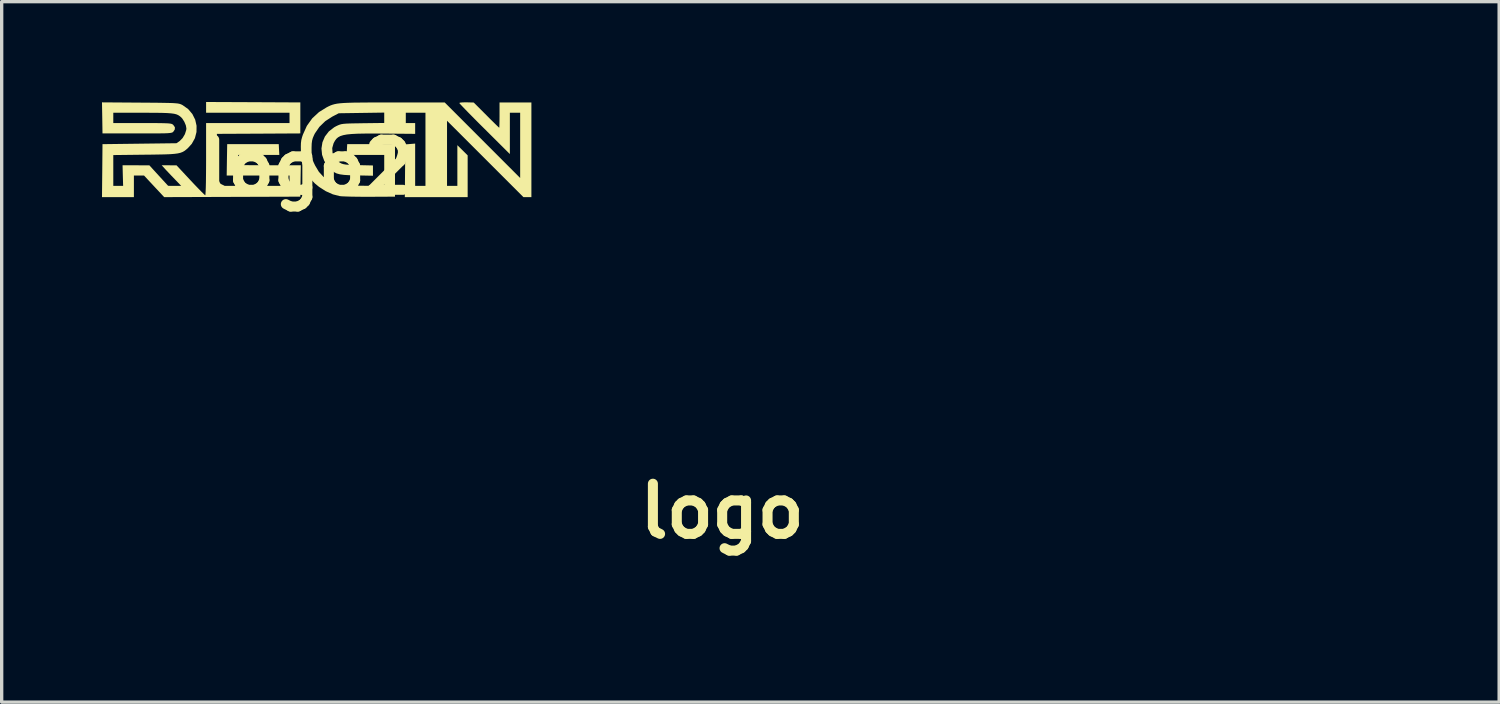
<source format=kicad_pcb>
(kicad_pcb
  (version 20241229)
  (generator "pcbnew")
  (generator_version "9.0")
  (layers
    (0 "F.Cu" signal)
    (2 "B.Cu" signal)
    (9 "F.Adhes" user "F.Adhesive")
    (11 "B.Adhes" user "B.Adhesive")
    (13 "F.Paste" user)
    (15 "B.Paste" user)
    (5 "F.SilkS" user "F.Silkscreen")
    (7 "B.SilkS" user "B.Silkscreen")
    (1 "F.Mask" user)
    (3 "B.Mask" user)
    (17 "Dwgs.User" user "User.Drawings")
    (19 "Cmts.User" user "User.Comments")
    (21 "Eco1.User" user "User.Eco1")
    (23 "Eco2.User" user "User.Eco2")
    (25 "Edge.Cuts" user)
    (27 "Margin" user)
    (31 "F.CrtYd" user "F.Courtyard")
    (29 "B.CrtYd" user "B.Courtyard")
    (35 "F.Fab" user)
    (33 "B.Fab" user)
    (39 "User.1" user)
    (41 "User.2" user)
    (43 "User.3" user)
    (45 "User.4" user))
  (footprint "logo"
    (layer "F.Cu")
    (at 18.546 12.237)
    (property "Reference" "logo" (at 0 0 0) (layer "F.SilkS") (effects (font (size 1.5 1.5) (thickness 0.3))))
    (attr board_only exclude_from_pos_files exclude_from_bom)
    (fp_poly (pts (xy -4.89 -5.865) (xy -0.635 -5.845) (xy -0.635 -4.444) (xy -0.635 -3.043) (xy -4.403 -3.024) (xy -8.17 -3.006) (xy -8.193 -0.656) (xy -8.215 1.693) (xy -4.912 1.693) (xy -1.609 1.693) (xy -1.609 1.228) (xy -1.609 0.762) (xy -4.447 0.762) (xy -7.285 0.762) (xy -7.262 -0.656) (xy -7.239 -2.074) (xy -4.911 -2.074) (xy -2.582 -2.074) (xy -2.557 -1.587) (xy -2.532 -1.101) (xy -4.39 -1.101) (xy -6.249 -1.101) (xy -6.278 -0.67) (xy -6.289 -0.418) (xy -6.283 -0.246) (xy -6.272 -0.205) (xy -6.182 -0.196) (xy -5.943 -0.188) (xy -5.574 -0.182) (xy -5.096 -0.176) (xy -4.528 -0.172) (xy -3.891 -0.17) (xy -3.413 -0.169) (xy -0.589 -0.169) (xy -0.612 1.249) (xy -0.635 2.667) (xy -6.781 2.689) (xy -12.927 2.71) (xy -13.837 1.736) (xy -14.747 0.762) (xy -15.205 0.762) (xy -15.663 0.762) (xy -15.663 1.736) (xy -15.663 2.709) (xy -17.104 2.709) (xy -18.545 2.709) (xy -18.522 0.318) (xy -18.5 -2.074) (xy -15.155 -2.117) (xy -11.811 -2.159) (xy -11.526 -2.362) (xy -11.265 -2.627) (xy -11.056 -2.981) (xy -10.938 -3.351) (xy -10.924 -3.496) (xy -10.976 -3.775) (xy -11.112 -4.097) (xy -11.295 -4.387) (xy -11.403 -4.505) (xy -11.531 -4.613) (xy -11.666 -4.7) (xy -11.826 -4.768) (xy -12.031 -4.82) (xy -12.299 -4.857) (xy -12.65 -4.883) (xy -13.102 -4.899) (xy -13.675 -4.907) (xy -14.388 -4.91) (xy -14.856 -4.911) (xy -17.526 -4.911) (xy -17.526 -4.445) (xy -17.526 -3.979) (xy -14.901 -3.979) (xy -14.164 -3.979) (xy -13.578 -3.977) (xy -13.123 -3.972) (xy -12.782 -3.963) (xy -12.535 -3.949) (xy -12.364 -3.929) (xy -12.25 -3.902) (xy -12.174 -3.866) (xy -12.118 -3.821) (xy -12.107 -3.81) (xy -11.961 -3.603) (xy -11.971 -3.404) (xy -12.086 -3.224) (xy -12.128 -3.177) (xy -12.181 -3.139) (xy -12.261 -3.109) (xy -12.386 -3.086) (xy -12.571 -3.069) (xy -12.835 -3.057) (xy -13.194 -3.05) (xy -13.665 -3.045) (xy -14.264 -3.043) (xy -15.008 -3.043) (xy -15.367 -3.043) (xy -18.5 -3.043) (xy -18.523 -4.447) (xy -18.546 -5.851) (xy -15.094 -5.825) (xy -14.239 -5.819) (xy -13.537 -5.812) (xy -12.969 -5.805) (xy -12.521 -5.797) (xy -12.174 -5.785) (xy -11.911 -5.77) (xy -11.716 -5.749) (xy -11.571 -5.723) (xy -11.46 -5.691) (xy -11.365 -5.65) (xy -11.27 -5.601) (xy -11.27 -5.601) (xy -10.766 -5.246) (xy -10.385 -4.799) (xy -10.13 -4.286) (xy -10.005 -3.735) (xy -10.012 -3.17) (xy -10.154 -2.617) (xy -10.436 -2.104) (xy -10.793 -1.713) (xy -10.958 -1.571) (xy -11.113 -1.456) (xy -11.277 -1.364) (xy -11.469 -1.292) (xy -11.707 -1.238) (xy -12.011 -1.198) (xy -12.399 -1.17) (xy -12.892 -1.15) (xy -13.506 -1.137) (xy -14.262 -1.127) (xy -14.668 -1.122) (xy -17.526 -1.09) (xy -17.526 0.301) (xy -17.526 1.693) (xy -17.081 1.694) (xy -16.637 1.694) (xy -16.663 0.762) (xy -16.69 -0.169) (xy -15.478 -0.166) (xy -14.266 -0.163) (xy -13.42 0.763) (xy -12.573 1.69) (xy -11.982 1.691) (xy -11.392 1.693) (xy -11.984 1.079) (xy -12.275 0.776) (xy -12.558 0.478) (xy -12.788 0.233) (xy -12.866 0.148) (xy -13.157 -0.169) (xy -12.484 -0.165) (xy -11.811 -0.161) (xy -10.552 1.19) (xy -10.18 1.585) (xy -9.845 1.934) (xy -9.565 2.22) (xy -9.356 2.425) (xy -9.237 2.53) (xy -9.218 2.54) (xy -9.202 2.458) (xy -9.186 2.225) (xy -9.173 1.857) (xy -9.161 1.373) (xy -9.152 0.79) (xy -9.146 0.125) (xy -9.144 -0.604) (xy -9.144 -0.72) (xy -9.144 -3.979) (xy -5.376 -3.979) (xy -1.609 -3.979) (xy -1.609 -4.445) (xy -1.609 -4.911) (xy -5.376 -4.911) (xy -9.144 -4.911) (xy -9.144 -5.397) (xy -9.144 -5.884)) (stroke (width 0) (type solid)) (fill yes) (layer "F.Mask"))
    (fp_poly (pts (xy 14.373 -5.852) (xy 15.028 -5.835) (xy 16.165 -4.696) (xy 16.521 -4.34) (xy 16.834 -4.03) (xy 17.085 -3.784) (xy 17.257 -3.62) (xy 17.328 -3.556) (xy 17.329 -3.556) (xy 17.339 -3.636) (xy 17.348 -3.854) (xy 17.354 -4.179) (xy 17.357 -4.582) (xy 17.357 -4.699) (xy 17.357 -5.842) (xy 18.796 -5.842) (xy 20.235 -5.842) (xy 20.235 -1.566) (xy 20.235 2.709) (xy 19.876 2.709) (xy 19.516 2.709) (xy 16.066 -0.74) (xy 12.615 -4.19) (xy 12.615 -1.248) (xy 12.615 1.693) (xy 13.081 1.693) (xy 13.547 1.693) (xy 13.547 -0.145) (xy 13.547 -1.984) (xy 14.012 -1.524) (xy 14.478 -1.064) (xy 14.478 0.823) (xy 14.478 2.709) (xy 11.64 2.709) (xy 8.803 2.709) (xy 8.825 0.328) (xy 8.848 -2.054) (xy 9.292 -2.09) (xy 9.737 -2.125) (xy 9.737 -0.216) (xy 9.737 1.693) (xy 10.202 1.693) (xy 10.668 1.693) (xy 10.668 -1.609) (xy 10.668 -4.911) (xy 9.779 -4.911) (xy 8.89 -4.911) (xy 8.89 -4.445) (xy 8.89 -3.979) (xy 9.313 -3.979) (xy 9.737 -3.979) (xy 9.737 -3.493) (xy 9.737 -3.006) (xy 6.97 -3.029) (xy 6.015 -3.035) (xy 5.214 -3.033) (xy 4.551 -3.02) (xy 4.011 -2.993) (xy 3.579 -2.95) (xy 3.239 -2.887) (xy 2.975 -2.801) (xy 2.773 -2.69) (xy 2.616 -2.551) (xy 2.49 -2.38) (xy 2.379 -2.175) (xy 2.37 -2.159) (xy 2.246 -1.722) (xy 2.276 -1.283) (xy 2.452 -0.874) (xy 2.761 -0.527) (xy 2.964 -0.386) (xy 3.098 -0.318) (xy 3.255 -0.268) (xy 3.466 -0.234) (xy 3.76 -0.21) (xy 4.169 -0.193) (xy 4.593 -0.182) (xy 5.927 -0.152) (xy 5.927 0.312) (xy 5.927 0.776) (xy 4.424 0.747) (xy 3.798 0.731) (xy 3.312 0.701) (xy 2.937 0.651) (xy 2.643 0.569) (xy 2.403 0.448) (xy 2.185 0.277) (xy 1.962 0.049) (xy 1.879 -0.043) (xy 1.528 -0.559) (xy 1.328 -1.114) (xy 1.274 -1.683) (xy 1.362 -2.242) (xy 1.586 -2.764) (xy 1.942 -3.226) (xy 2.424 -3.601) (xy 2.606 -3.699) (xy 2.765 -3.775) (xy 2.909 -3.834) (xy 3.062 -3.877) (xy 3.251 -3.908) (xy 3.501 -3.929) (xy 3.838 -3.943) (xy 4.287 -3.953) (xy 4.875 -3.962) (xy 5.016 -3.964) (xy 6.943 -3.991) (xy 6.943 -4.458) (xy 6.943 -4.926) (xy 4.889 -4.895) (xy 2.836 -4.865) (xy 2.243 -4.558) (xy 1.618 -4.151) (xy 1.087 -3.635) (xy 0.681 -3.042) (xy 0.608 -2.897) (xy 0.497 -2.636) (xy 0.428 -2.397) (xy 0.393 -2.122) (xy 0.382 -1.753) (xy 0.381 -1.604) (xy 0.385 -1.213) (xy 0.407 -0.931) (xy 0.461 -0.695) (xy 0.558 -0.446) (xy 0.7 -0.149) (xy 1.042 0.421) (xy 1.457 0.876) (xy 1.984 1.252) (xy 2.257 1.4) (xy 2.752 1.651) (xy 4.847 1.679) (xy 6.943 1.706) (xy 6.943 0.303) (xy 6.943 -1.101) (xy 5.245 -1.101) (xy 3.548 -1.101) (xy 3.573 -1.587) (xy 3.598 -2.074) (xy 5.757 -2.074) (xy 7.916 -2.074) (xy 7.916 0.296) (xy 7.916 2.667) (xy 5.673 2.679) (xy 5.042 2.679) (xy 4.44 2.674) (xy 3.896 2.664) (xy 3.439 2.65) (xy 3.098 2.632) (xy 2.924 2.616) (xy 2.308 2.458) (xy 1.671 2.173) (xy 1.065 1.79) (xy 0.696 1.485) (xy 0.356 1.137) (xy 0.084 0.77) (xy -0.17 0.314) (xy -0.191 0.272) (xy -0.349 -0.055) (xy -0.454 -0.307) (xy -0.517 -0.541) (xy -0.553 -0.808) (xy -0.572 -1.163) (xy -0.58 -1.395) (xy -0.589 -1.84) (xy -0.58 -2.17) (xy -0.545 -2.439) (xy -0.479 -2.7) (xy -0.402 -2.934) (xy -0.044 -3.726) (xy 0.44 -4.405) (xy 1.05 -4.971) (xy 1.736 -5.398) (xy 1.919 -5.489) (xy 2.089 -5.567) (xy 2.263 -5.633) (xy 2.454 -5.687) (xy 2.678 -5.731) (xy 2.949 -5.765) (xy 3.281 -5.792) (xy 3.691 -5.811) (xy 4.191 -5.824) (xy 4.798 -5.833) (xy 5.526 -5.838) (xy 6.39 -5.84) (xy 7.404 -5.841) (xy 7.706 -5.841) (xy 12.406 -5.842) (xy 15.813 -2.432) (xy 19.219 0.979) (xy 19.219 -1.966) (xy 19.219 -4.911) (xy 18.754 -4.911) (xy 18.288 -4.911) (xy 18.288 -3.045) (xy 18.288 -1.18) (xy 16.009 -3.448) (xy 15.498 -3.958) (xy 15.026 -4.432) (xy 14.608 -4.856) (xy 14.255 -5.217) (xy 13.982 -5.502) (xy 13.8 -5.697) (xy 13.725 -5.788) (xy 13.723 -5.792) (xy 13.798 -5.826) (xy 14.001 -5.847) (xy 14.294 -5.853)) (stroke (width 0) (type solid)) (fill yes) (layer "F.Mask")))
  (footprint "logo2"
    (layer "F.Cu")
    (at 6.141 1.948)
    (property "Reference" "logo2" (at 0 0 0) (layer "F.SilkS") (effects (font (size 1.5 1.5) (thickness 0.3))))
    (attr board_only exclude_from_pos_files exclude_from_bom)
    (fp_poly (pts (xy -1.619 -1.942) (xy -0.21 -1.935) (xy -0.21 -1.472) (xy -0.21 -1.008) (xy -1.458 -1.001) (xy -2.705 -0.995) (xy -2.713 -0.217) (xy -2.72 0.561) (xy -1.626 0.561) (xy -0.533 0.561) (xy -0.533 0.407) (xy -0.533 0.252) (xy -1.473 0.252) (xy -2.412 0.252) (xy -2.405 -0.217) (xy -2.397 -0.687) (xy -1.626 -0.687) (xy -0.855 -0.687) (xy -0.847 -0.526) (xy -0.838 -0.364) (xy -1.454 -0.364) (xy -2.069 -0.364) (xy -2.079 -0.222) (xy -2.082 -0.139) (xy -2.081 -0.082) (xy -2.077 -0.068) (xy -2.047 -0.065) (xy -1.968 -0.062) (xy -1.846 -0.06) (xy -1.687 -0.058) (xy -1.499 -0.057) (xy -1.288 -0.056) (xy -1.13 -0.056) (xy -0.195 -0.056) (xy -0.203 0.414) (xy -0.21 0.883) (xy -2.245 0.89) (xy -4.281 0.897) (xy -4.582 0.575) (xy -4.883 0.252) (xy -5.035 0.252) (xy -5.187 0.252) (xy -5.187 0.575) (xy -5.187 0.897) (xy -5.664 0.897) (xy -6.141 0.897) (xy -6.133 0.105) (xy -6.126 -0.687) (xy -5.018 -0.701) (xy -3.911 -0.715) (xy -3.817 -0.782) (xy -3.73 -0.87) (xy -3.661 -0.987) (xy -3.622 -1.11) (xy -3.617 -1.158) (xy -3.634 -1.25) (xy -3.679 -1.357) (xy -3.74 -1.453) (xy -3.776 -1.492) (xy -3.818 -1.527) (xy -3.863 -1.556) (xy -3.916 -1.579) (xy -3.984 -1.596) (xy -4.073 -1.608) (xy -4.189 -1.617) (xy -4.338 -1.622) (xy -4.528 -1.625) (xy -4.764 -1.626) (xy -4.919 -1.626) (xy -5.803 -1.626) (xy -5.803 -1.472) (xy -5.803 -1.318) (xy -4.934 -1.318) (xy -4.69 -1.318) (xy -4.496 -1.317) (xy -4.346 -1.315) (xy -4.232 -1.312) (xy -4.151 -1.308) (xy -4.094 -1.301) (xy -4.056 -1.292) (xy -4.031 -1.28) (xy -4.013 -1.265) (xy -4.009 -1.262) (xy -3.961 -1.193) (xy -3.964 -1.127) (xy -4.002 -1.068) (xy -4.016 -1.052) (xy -4.033 -1.039) (xy -4.06 -1.03) (xy -4.101 -1.022) (xy -4.163 -1.016) (xy -4.25 -1.012) (xy -4.369 -1.01) (xy -4.525 -1.008) (xy -4.723 -1.008) (xy -4.97 -1.008) (xy -5.088 -1.008) (xy -6.126 -1.008) (xy -6.133 -1.472) (xy -6.141 -1.937) (xy -4.998 -1.929) (xy -4.715 -1.927) (xy -4.482 -1.925) (xy -4.295 -1.922) (xy -4.146 -1.919) (xy -4.031 -1.916) (xy -3.944 -1.91) (xy -3.879 -1.904) (xy -3.831 -1.895) (xy -3.795 -1.884) (xy -3.763 -1.871) (xy -3.732 -1.855) (xy -3.732 -1.855) (xy -3.565 -1.737) (xy -3.439 -1.589) (xy -3.354 -1.419) (xy -3.313 -1.237) (xy -3.315 -1.05) (xy -3.362 -0.867) (xy -3.456 -0.697) (xy -3.574 -0.567) (xy -3.629 -0.52) (xy -3.68 -0.482) (xy -3.734 -0.452) (xy -3.798 -0.428) (xy -3.877 -0.41) (xy -3.977 -0.397) (xy -4.106 -0.387) (xy -4.269 -0.381) (xy -4.472 -0.377) (xy -4.723 -0.373) (xy -4.857 -0.372) (xy -5.803 -0.361) (xy -5.803 0.1) (xy -5.803 0.561) (xy -5.656 0.561) (xy -5.509 0.561) (xy -5.518 0.252) (xy -5.526 -0.056) (xy -5.125 -0.055) (xy -4.724 -0.054) (xy -4.444 0.253) (xy -4.163 0.559) (xy -3.968 0.56) (xy -3.772 0.561) (xy -3.968 0.357) (xy -4.065 0.257) (xy -4.158 0.158) (xy -4.235 0.077) (xy -4.26 0.049) (xy -4.356 -0.056) (xy -4.134 -0.055) (xy -3.911 -0.053) (xy -3.494 0.394) (xy -3.371 0.525) (xy -3.26 0.64) (xy -3.167 0.735) (xy -3.098 0.803) (xy -3.059 0.838) (xy -3.052 0.841) (xy -3.047 0.814) (xy -3.042 0.737) (xy -3.037 0.615) (xy -3.033 0.455) (xy -3.031 0.261) (xy -3.029 0.041) (xy -3.028 -0.2) (xy -3.028 -0.238) (xy -3.028 -1.318) (xy -1.78 -1.318) (xy -0.533 -1.318) (xy -0.533 -1.472) (xy -0.533 -1.626) (xy -1.78 -1.626) (xy -3.028 -1.626) (xy -3.028 -1.787) (xy -3.028 -1.948)) (stroke (width 0) (type solid)) (fill yes) (layer "F.SilkS"))
    (fp_poly (pts (xy 4.759 -1.938) (xy 4.976 -1.932) (xy 5.353 -1.555) (xy 5.47 -1.437) (xy 5.574 -1.335) (xy 5.657 -1.253) (xy 5.714 -1.199) (xy 5.738 -1.178) (xy 5.738 -1.177) (xy 5.741 -1.204) (xy 5.744 -1.276) (xy 5.746 -1.384) (xy 5.747 -1.517) (xy 5.747 -1.556) (xy 5.747 -1.934) (xy 6.224 -1.934) (xy 6.7 -1.934) (xy 6.7 -0.519) (xy 6.7 0.897) (xy 6.581 0.897) (xy 6.462 0.897) (xy 5.32 -0.245) (xy 4.177 -1.387) (xy 4.177 -0.413) (xy 4.177 0.561) (xy 4.331 0.561) (xy 4.486 0.561) (xy 4.486 -0.048) (xy 4.486 -0.657) (xy 4.64 -0.505) (xy 4.794 -0.352) (xy 4.794 0.272) (xy 4.794 0.897) (xy 3.854 0.897) (xy 2.915 0.897) (xy 2.922 0.108) (xy 2.93 -0.68) (xy 3.077 -0.692) (xy 3.224 -0.704) (xy 3.224 -0.072) (xy 3.224 0.561) (xy 3.378 0.561) (xy 3.532 0.561) (xy 3.532 -0.533) (xy 3.532 -1.626) (xy 3.238 -1.626) (xy 2.944 -1.626) (xy 2.944 -1.472) (xy 2.944 -1.318) (xy 3.084 -1.318) (xy 3.224 -1.318) (xy 3.224 -1.156) (xy 3.224 -0.995) (xy 2.308 -1.003) (xy 1.992 -1.005) (xy 1.726 -1.004) (xy 1.507 -1) (xy 1.328 -0.991) (xy 1.185 -0.977) (xy 1.073 -0.956) (xy 0.985 -0.928) (xy 0.918 -0.891) (xy 0.866 -0.845) (xy 0.825 -0.788) (xy 0.788 -0.72) (xy 0.785 -0.715) (xy 0.744 -0.57) (xy 0.754 -0.425) (xy 0.812 -0.289) (xy 0.914 -0.174) (xy 0.981 -0.128) (xy 1.026 -0.105) (xy 1.078 -0.089) (xy 1.148 -0.077) (xy 1.245 -0.069) (xy 1.38 -0.064) (xy 1.521 -0.06) (xy 1.962 -0.05) (xy 1.962 0.103) (xy 1.962 0.257) (xy 1.465 0.247) (xy 1.258 0.242) (xy 1.097 0.232) (xy 0.972 0.215) (xy 0.875 0.188) (xy 0.796 0.148) (xy 0.724 0.092) (xy 0.65 0.016) (xy 0.622 -0.014) (xy 0.506 -0.185) (xy 0.44 -0.369) (xy 0.422 -0.557) (xy 0.451 -0.742) (xy 0.525 -0.915) (xy 0.643 -1.068) (xy 0.803 -1.192) (xy 0.863 -1.225) (xy 0.916 -1.25) (xy 0.963 -1.269) (xy 1.014 -1.284) (xy 1.076 -1.294) (xy 1.159 -1.301) (xy 1.271 -1.306) (xy 1.42 -1.309) (xy 1.614 -1.312) (xy 1.661 -1.313) (xy 2.299 -1.321) (xy 2.299 -1.476) (xy 2.299 -1.631) (xy 1.619 -1.621) (xy 0.939 -1.611) (xy 0.743 -1.509) (xy 0.536 -1.375) (xy 0.36 -1.204) (xy 0.225 -1.007) (xy 0.201 -0.959) (xy 0.164 -0.873) (xy 0.142 -0.794) (xy 0.13 -0.703) (xy 0.126 -0.581) (xy 0.126 -0.531) (xy 0.128 -0.402) (xy 0.135 -0.308) (xy 0.152 -0.23) (xy 0.185 -0.148) (xy 0.232 -0.049) (xy 0.345 0.14) (xy 0.482 0.29) (xy 0.657 0.415) (xy 0.747 0.464) (xy 0.911 0.547) (xy 1.605 0.556) (xy 2.299 0.565) (xy 2.299 0.1) (xy 2.299 -0.364) (xy 1.737 -0.364) (xy 1.175 -0.364) (xy 1.183 -0.526) (xy 1.192 -0.687) (xy 1.906 -0.687) (xy 2.621 -0.687) (xy 2.621 0.098) (xy 2.621 0.883) (xy 1.878 0.887) (xy 1.67 0.887) (xy 1.47 0.885) (xy 1.29 0.882) (xy 1.139 0.877) (xy 1.026 0.872) (xy 0.968 0.866) (xy 0.764 0.814) (xy 0.553 0.72) (xy 0.353 0.593) (xy 0.23 0.492) (xy 0.118 0.376) (xy 0.028 0.255) (xy -0.056 0.104) (xy -0.063 0.09) (xy -0.116 -0.018) (xy -0.15 -0.102) (xy -0.171 -0.179) (xy -0.183 -0.268) (xy -0.189 -0.385) (xy -0.192 -0.462) (xy -0.195 -0.609) (xy -0.192 -0.718) (xy -0.181 -0.807) (xy -0.159 -0.894) (xy -0.133 -0.972) (xy -0.015 -1.234) (xy 0.146 -1.459) (xy 0.348 -1.646) (xy 0.575 -1.787) (xy 0.635 -1.818) (xy 0.692 -1.844) (xy 0.749 -1.865) (xy 0.813 -1.883) (xy 0.887 -1.898) (xy 0.976 -1.909) (xy 1.087 -1.918) (xy 1.222 -1.924) (xy 1.388 -1.929) (xy 1.589 -1.931) (xy 1.83 -1.933) (xy 2.116 -1.934) (xy 2.452 -1.934) (xy 2.552 -1.934) (xy 4.108 -1.934) (xy 5.236 -0.805) (xy 6.364 0.324) (xy 6.364 -0.651) (xy 6.364 -1.626) (xy 6.21 -1.626) (xy 6.056 -1.626) (xy 6.056 -1.008) (xy 6.056 -0.391) (xy 5.301 -1.142) (xy 5.132 -1.31) (xy 4.976 -1.467) (xy 4.837 -1.608) (xy 4.72 -1.728) (xy 4.63 -1.822) (xy 4.57 -1.886) (xy 4.545 -1.916) (xy 4.544 -1.918) (xy 4.569 -1.929) (xy 4.636 -1.936) (xy 4.733 -1.938)) (stroke (width 0) (type solid)) (fill yes) (layer "F.SilkS")))
  (gr_rect
    (start -3 -3)
    (end 41.781 17.947)
    (stroke (width 0.1) (type default))
    (fill no)
    (layer "Edge.Cuts")))
</source>
